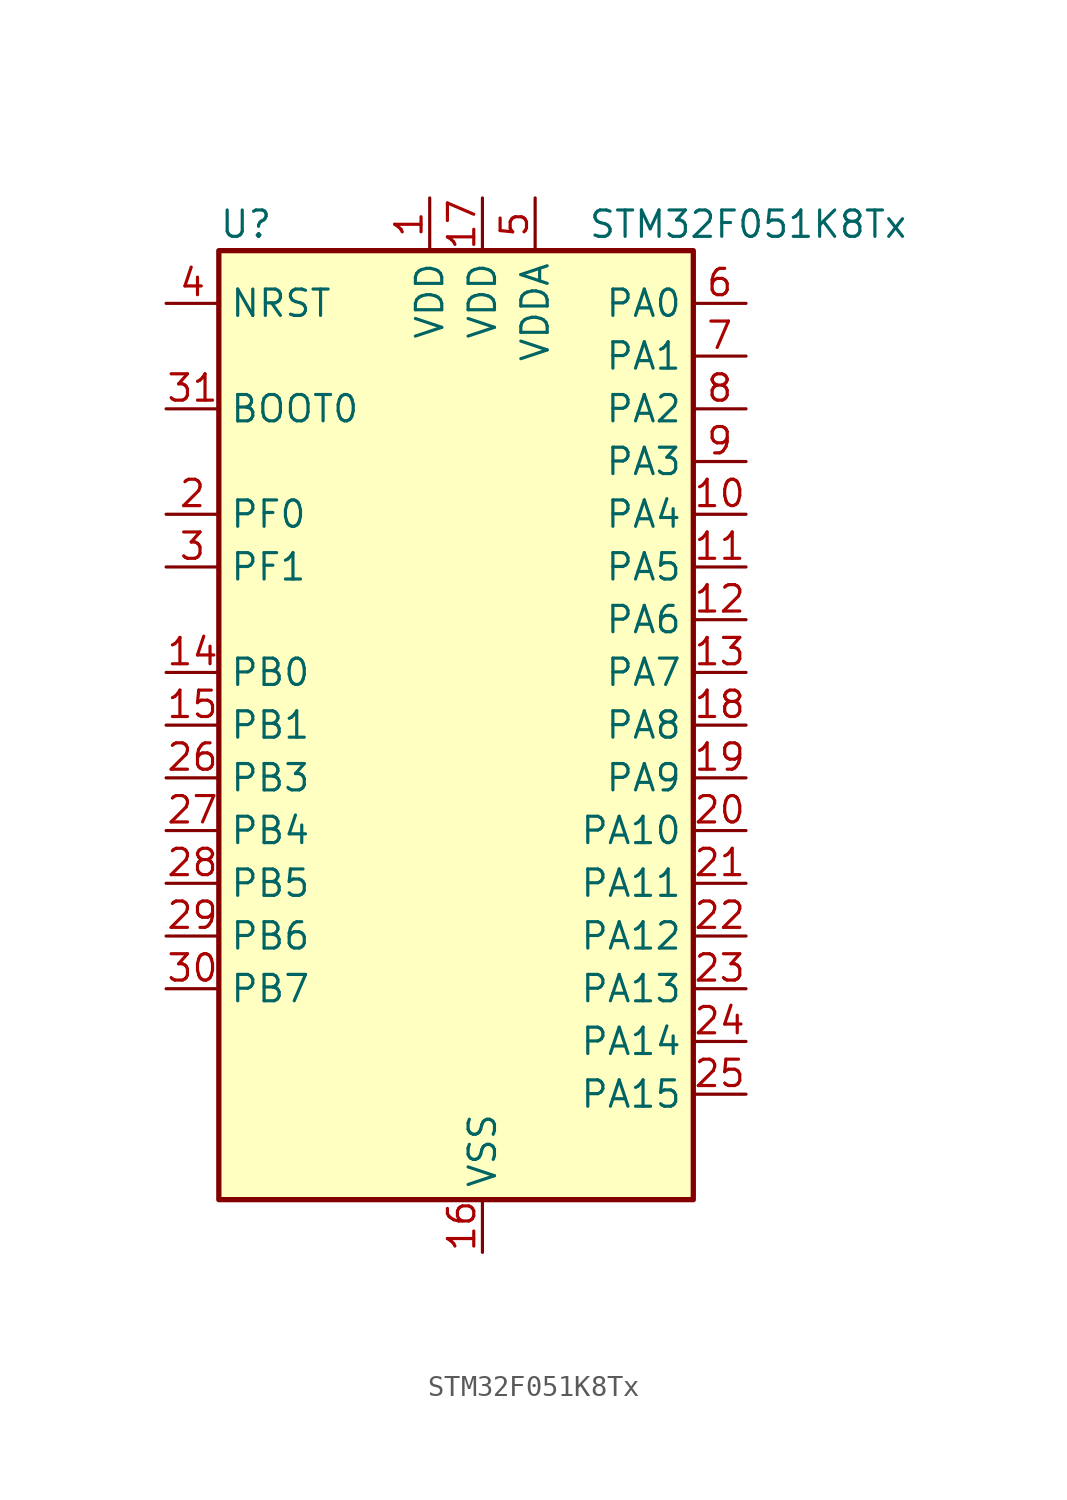
<source format=kicad_sym>
(kicad_symbol_lib
  (version 20231120)
  (generator "kicad_symbol_editor")
  (generator_version "8.0")
  (symbol "STM32F051K8Tx"
    (property "Reference" "U"
      (at -10.16 24.13 0)
      (effects (font (size 1.27 1.27)) (justify left)))
    (property "Value" "STM32F051K8Tx"
      (at 7.62 24.13 0)
      (effects (font (size 1.27 1.27)) (justify left)))
    (property "ki_locked" ""
      (at 0 0 0)
      (effects (font (size 1.27 1.27))))
    (symbol "STM32F051K8Tx_0_1"
      (rectangle (start -10.16 -22.86) (end 12.7 22.86) (stroke (width 0.254) (type default)) (fill (type background))))
    (symbol "STM32F051K8Tx_1_1"
      (pin power_in line (at 0 25.4 270) (length 2.54) (name "VDD" (effects (font (size 1.27 1.27)))) (number "1" (effects (font (size 1.27 1.27)))))
      (pin bidirectional line (at 15.24 10.16 180) (length 2.54) (name "PA4" (effects (font (size 1.27 1.27)))) (number "10" (effects (font (size 1.27 1.27)))) (alternate "ADC_IN4" bidirectional line) (alternate "COMP1_INM" bidirectional line) (alternate "COMP2_INM" bidirectional line) (alternate "DAC1_OUT1" bidirectional line) (alternate "I2S1_WS" bidirectional line) (alternate "SPI1_NSS" bidirectional line) (alternate "TIM14_CH1" bidirectional line) (alternate "TSC_G2_IO1" bidirectional line) (alternate "USART2_CK" bidirectional line))
      (pin bidirectional line (at 15.24 7.62 180) (length 2.54) (name "PA5" (effects (font (size 1.27 1.27)))) (number "11" (effects (font (size 1.27 1.27)))) (alternate "ADC_IN5" bidirectional line) (alternate "CEC" bidirectional line) (alternate "COMP1_INM" bidirectional line) (alternate "COMP2_INM" bidirectional line) (alternate "I2S1_CK" bidirectional line) (alternate "SPI1_SCK" bidirectional line) (alternate "TIM2_CH1" bidirectional line) (alternate "TIM2_ETR" bidirectional line) (alternate "TSC_G2_IO2" bidirectional line))
      (pin bidirectional line (at 15.24 5.08 180) (length 2.54) (name "PA6" (effects (font (size 1.27 1.27)))) (number "12" (effects (font (size 1.27 1.27)))) (alternate "ADC_IN6" bidirectional line) (alternate "COMP1_OUT" bidirectional line) (alternate "I2S1_MCK" bidirectional line) (alternate "SPI1_MISO" bidirectional line) (alternate "TIM16_CH1" bidirectional line) (alternate "TIM1_BKIN" bidirectional line) (alternate "TIM3_CH1" bidirectional line) (alternate "TSC_G2_IO3" bidirectional line))
      (pin bidirectional line (at 15.24 2.54 180) (length 2.54) (name "PA7" (effects (font (size 1.27 1.27)))) (number "13" (effects (font (size 1.27 1.27)))) (alternate "ADC_IN7" bidirectional line) (alternate "COMP2_OUT" bidirectional line) (alternate "I2S1_SD" bidirectional line) (alternate "SPI1_MOSI" bidirectional line) (alternate "TIM14_CH1" bidirectional line) (alternate "TIM17_CH1" bidirectional line) (alternate "TIM1_CH1N" bidirectional line) (alternate "TIM3_CH2" bidirectional line) (alternate "TSC_G2_IO4" bidirectional line))
      (pin bidirectional line (at -12.7 2.54 0) (length 2.54) (name "PB0" (effects (font (size 1.27 1.27)))) (number "14" (effects (font (size 1.27 1.27)))) (alternate "ADC_IN8" bidirectional line) (alternate "TIM1_CH2N" bidirectional line) (alternate "TIM3_CH3" bidirectional line) (alternate "TSC_G3_IO2" bidirectional line))
      (pin bidirectional line (at -12.7 0 0) (length 2.54) (name "PB1" (effects (font (size 1.27 1.27)))) (number "15" (effects (font (size 1.27 1.27)))) (alternate "ADC_IN9" bidirectional line) (alternate "TIM14_CH1" bidirectional line) (alternate "TIM1_CH3N" bidirectional line) (alternate "TIM3_CH4" bidirectional line) (alternate "TSC_G3_IO3" bidirectional line))
      (pin power_in line (at 2.54 -25.4 90) (length 2.54) (name "VSS" (effects (font (size 1.27 1.27)))) (number "16" (effects (font (size 1.27 1.27)))))
      (pin power_in line (at 2.54 25.4 270) (length 2.54) (name "VDD" (effects (font (size 1.27 1.27)))) (number "17" (effects (font (size 1.27 1.27)))))
      (pin bidirectional line (at 15.24 0 180) (length 2.54) (name "PA8" (effects (font (size 1.27 1.27)))) (number "18" (effects (font (size 1.27 1.27)))) (alternate "RCC_MCO" bidirectional line) (alternate "TIM1_CH1" bidirectional line) (alternate "USART1_CK" bidirectional line))
      (pin bidirectional line (at 15.24 -2.54 180) (length 2.54) (name "PA9" (effects (font (size 1.27 1.27)))) (number "19" (effects (font (size 1.27 1.27)))) (alternate "DAC1_EXTI9" bidirectional line) (alternate "TIM15_BKIN" bidirectional line) (alternate "TIM1_CH2" bidirectional line) (alternate "TSC_G4_IO1" bidirectional line) (alternate "USART1_TX" bidirectional line))
      (pin bidirectional line (at -12.7 10.16 0) (length 2.54) (name "PF0" (effects (font (size 1.27 1.27)))) (number "2" (effects (font (size 1.27 1.27)))) (alternate "RCC_OSC_IN" bidirectional line))
      (pin bidirectional line (at 15.24 -5.08 180) (length 2.54) (name "PA10" (effects (font (size 1.27 1.27)))) (number "20" (effects (font (size 1.27 1.27)))) (alternate "TIM17_BKIN" bidirectional line) (alternate "TIM1_CH3" bidirectional line) (alternate "TSC_G4_IO2" bidirectional line) (alternate "USART1_RX" bidirectional line))
      (pin bidirectional line (at 15.24 -7.62 180) (length 2.54) (name "PA11" (effects (font (size 1.27 1.27)))) (number "21" (effects (font (size 1.27 1.27)))) (alternate "COMP1_OUT" bidirectional line) (alternate "TIM1_CH4" bidirectional line) (alternate "TSC_G4_IO3" bidirectional line) (alternate "USART1_CTS" bidirectional line))
      (pin bidirectional line (at 15.24 -10.16 180) (length 2.54) (name "PA12" (effects (font (size 1.27 1.27)))) (number "22" (effects (font (size 1.27 1.27)))) (alternate "COMP2_OUT" bidirectional line) (alternate "TIM1_ETR" bidirectional line) (alternate "TSC_G4_IO4" bidirectional line) (alternate "USART1_DE" bidirectional line) (alternate "USART1_RTS" bidirectional line))
      (pin bidirectional line (at 15.24 -12.7 180) (length 2.54) (name "PA13" (effects (font (size 1.27 1.27)))) (number "23" (effects (font (size 1.27 1.27)))) (alternate "IR_OUT" bidirectional line) (alternate "SYS_SWDIO" bidirectional line))
      (pin bidirectional line (at 15.24 -15.24 180) (length 2.54) (name "PA14" (effects (font (size 1.27 1.27)))) (number "24" (effects (font (size 1.27 1.27)))) (alternate "SYS_SWCLK" bidirectional line) (alternate "USART2_TX" bidirectional line))
      (pin bidirectional line (at 15.24 -17.78 180) (length 2.54) (name "PA15" (effects (font (size 1.27 1.27)))) (number "25" (effects (font (size 1.27 1.27)))) (alternate "I2S1_WS" bidirectional line) (alternate "SPI1_NSS" bidirectional line) (alternate "TIM2_CH1" bidirectional line) (alternate "TIM2_ETR" bidirectional line) (alternate "USART2_RX" bidirectional line))
      (pin bidirectional line (at -12.7 -2.54 0) (length 2.54) (name "PB3" (effects (font (size 1.27 1.27)))) (number "26" (effects (font (size 1.27 1.27)))) (alternate "I2S1_CK" bidirectional line) (alternate "SPI1_SCK" bidirectional line) (alternate "TIM2_CH2" bidirectional line) (alternate "TSC_G5_IO1" bidirectional line))
      (pin bidirectional line (at -12.7 -5.08 0) (length 2.54) (name "PB4" (effects (font (size 1.27 1.27)))) (number "27" (effects (font (size 1.27 1.27)))) (alternate "I2S1_MCK" bidirectional line) (alternate "SPI1_MISO" bidirectional line) (alternate "TIM3_CH1" bidirectional line) (alternate "TSC_G5_IO2" bidirectional line))
      (pin bidirectional line (at -12.7 -7.62 0) (length 2.54) (name "PB5" (effects (font (size 1.27 1.27)))) (number "28" (effects (font (size 1.27 1.27)))) (alternate "I2C1_SMBA" bidirectional line) (alternate "I2S1_SD" bidirectional line) (alternate "SPI1_MOSI" bidirectional line) (alternate "TIM16_BKIN" bidirectional line) (alternate "TIM3_CH2" bidirectional line))
      (pin bidirectional line (at -12.7 -10.16 0) (length 2.54) (name "PB6" (effects (font (size 1.27 1.27)))) (number "29" (effects (font (size 1.27 1.27)))) (alternate "I2C1_SCL" bidirectional line) (alternate "TIM16_CH1N" bidirectional line) (alternate "TSC_G5_IO3" bidirectional line) (alternate "USART1_TX" bidirectional line))
      (pin bidirectional line (at -12.7 7.62 0) (length 2.54) (name "PF1" (effects (font (size 1.27 1.27)))) (number "3" (effects (font (size 1.27 1.27)))) (alternate "RCC_OSC_OUT" bidirectional line))
      (pin bidirectional line (at -12.7 -12.7 0) (length 2.54) (name "PB7" (effects (font (size 1.27 1.27)))) (number "30" (effects (font (size 1.27 1.27)))) (alternate "I2C1_SDA" bidirectional line) (alternate "TIM17_CH1N" bidirectional line) (alternate "TSC_G5_IO4" bidirectional line) (alternate "USART1_RX" bidirectional line))
      (pin input line (at -12.7 15.24 0) (length 2.54) (name "BOOT0" (effects (font (size 1.27 1.27)))) (number "31" (effects (font (size 1.27 1.27)))))
      (pin passive line (at 2.54 -25.4 90) (length 2.54) hide (name "VSS" (effects (font (size 1.27 1.27)))) (number "32" (effects (font (size 1.27 1.27)))))
      (pin input line (at -12.7 20.32 0) (length 2.54) (name "NRST" (effects (font (size 1.27 1.27)))) (number "4" (effects (font (size 1.27 1.27)))))
      (pin power_in line (at 5.08 25.4 270) (length 2.54) (name "VDDA" (effects (font (size 1.27 1.27)))) (number "5" (effects (font (size 1.27 1.27)))))
      (pin bidirectional line (at 15.24 20.32 180) (length 2.54) (name "PA0" (effects (font (size 1.27 1.27)))) (number "6" (effects (font (size 1.27 1.27)))) (alternate "ADC_IN0" bidirectional line) (alternate "COMP1_INM" bidirectional line) (alternate "COMP1_OUT" bidirectional line) (alternate "RTC_TAMP2" bidirectional line) (alternate "SYS_WKUP1" bidirectional line) (alternate "TIM2_CH1" bidirectional line) (alternate "TIM2_ETR" bidirectional line) (alternate "TSC_G1_IO1" bidirectional line) (alternate "USART2_CTS" bidirectional line))
      (pin bidirectional line (at 15.24 17.78 180) (length 2.54) (name "PA1" (effects (font (size 1.27 1.27)))) (number "7" (effects (font (size 1.27 1.27)))) (alternate "ADC_IN1" bidirectional line) (alternate "COMP1_INP" bidirectional line) (alternate "TIM2_CH2" bidirectional line) (alternate "TSC_G1_IO2" bidirectional line) (alternate "USART2_DE" bidirectional line) (alternate "USART2_RTS" bidirectional line))
      (pin bidirectional line (at 15.24 15.24 180) (length 2.54) (name "PA2" (effects (font (size 1.27 1.27)))) (number "8" (effects (font (size 1.27 1.27)))) (alternate "ADC_IN2" bidirectional line) (alternate "COMP2_INM" bidirectional line) (alternate "COMP2_OUT" bidirectional line) (alternate "TIM15_CH1" bidirectional line) (alternate "TIM2_CH3" bidirectional line) (alternate "TSC_G1_IO3" bidirectional line) (alternate "USART2_TX" bidirectional line))
      (pin bidirectional line (at 15.24 12.7 180) (length 2.54) (name "PA3" (effects (font (size 1.27 1.27)))) (number "9" (effects (font (size 1.27 1.27)))) (alternate "ADC_IN3" bidirectional line) (alternate "COMP2_INP" bidirectional line) (alternate "TIM15_CH2" bidirectional line) (alternate "TIM2_CH4" bidirectional line) (alternate "TSC_G1_IO4" bidirectional line) (alternate "USART2_RX" bidirectional line)))))
</source>
